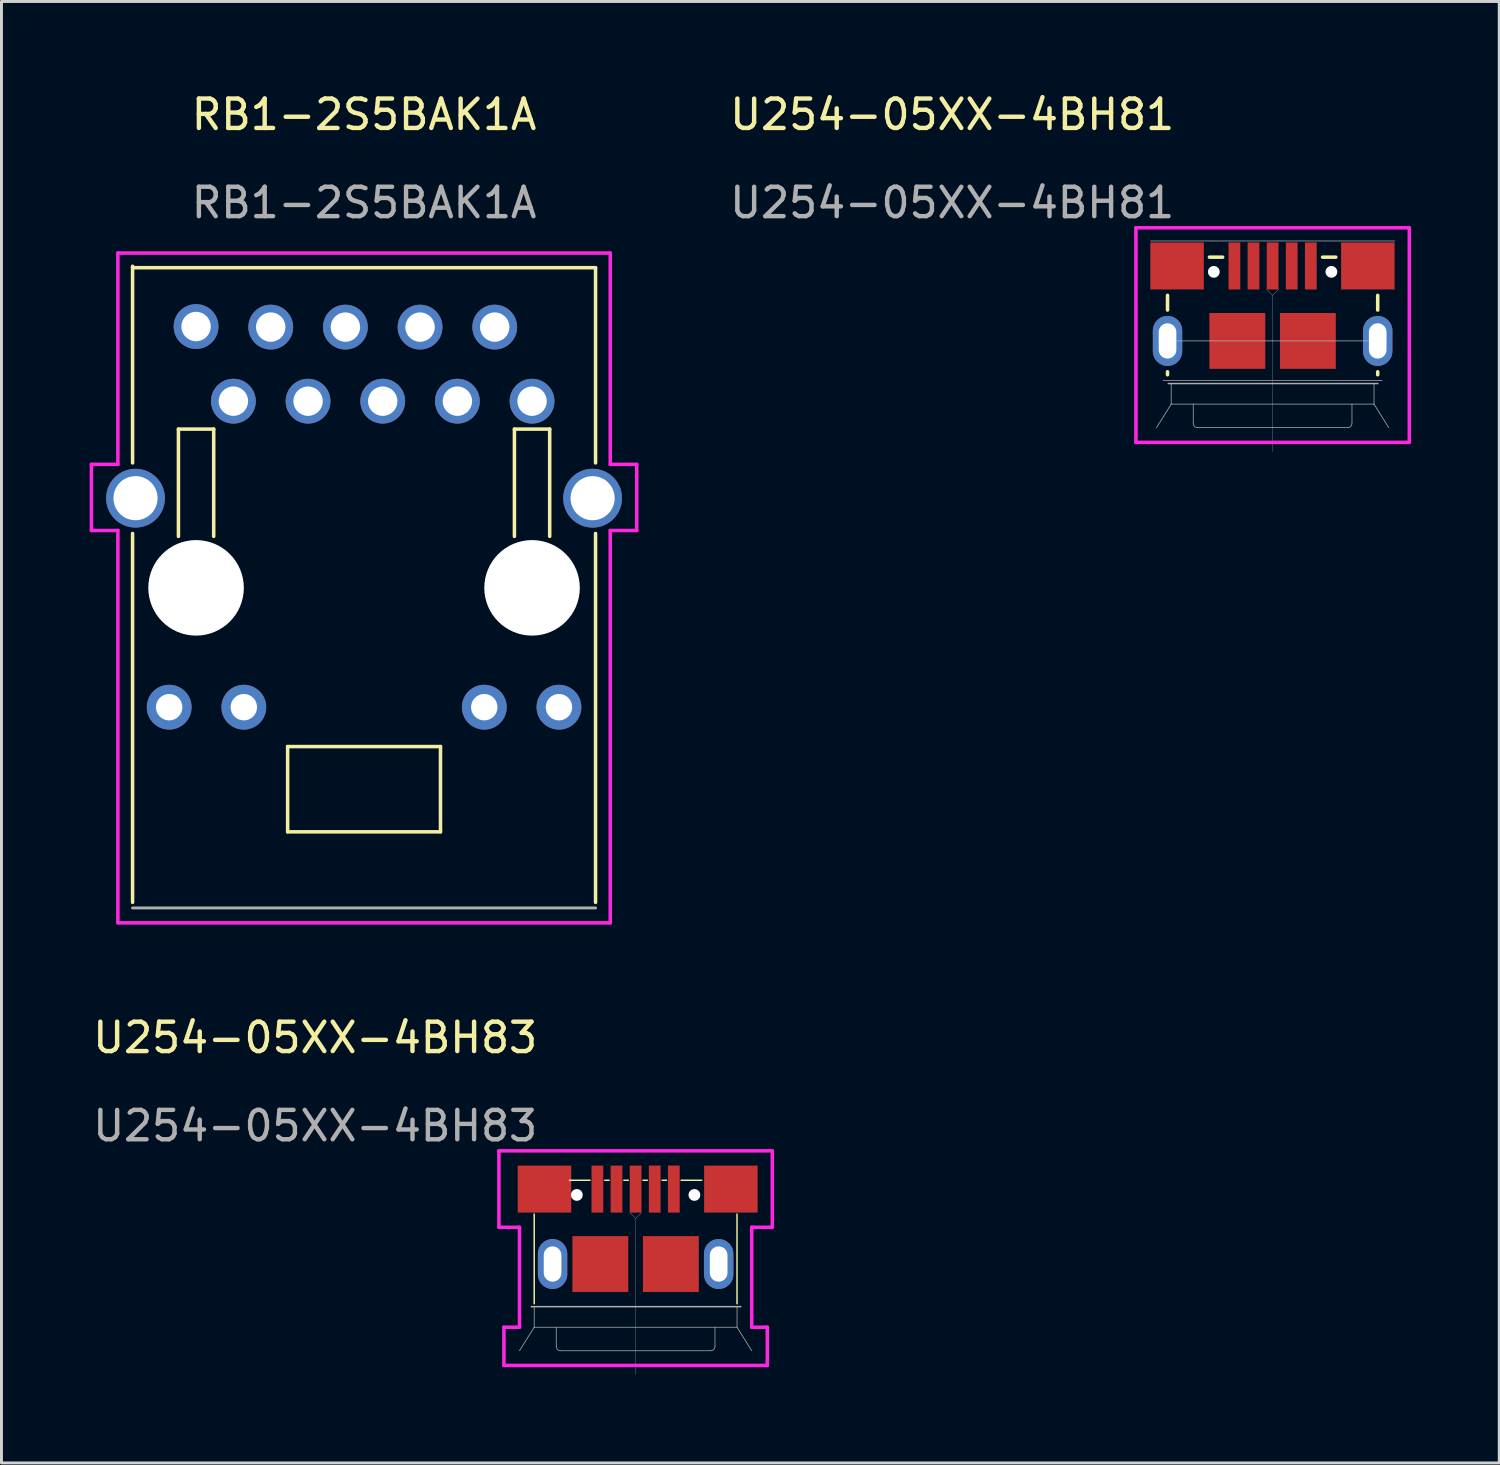
<source format=kicad_pcb>
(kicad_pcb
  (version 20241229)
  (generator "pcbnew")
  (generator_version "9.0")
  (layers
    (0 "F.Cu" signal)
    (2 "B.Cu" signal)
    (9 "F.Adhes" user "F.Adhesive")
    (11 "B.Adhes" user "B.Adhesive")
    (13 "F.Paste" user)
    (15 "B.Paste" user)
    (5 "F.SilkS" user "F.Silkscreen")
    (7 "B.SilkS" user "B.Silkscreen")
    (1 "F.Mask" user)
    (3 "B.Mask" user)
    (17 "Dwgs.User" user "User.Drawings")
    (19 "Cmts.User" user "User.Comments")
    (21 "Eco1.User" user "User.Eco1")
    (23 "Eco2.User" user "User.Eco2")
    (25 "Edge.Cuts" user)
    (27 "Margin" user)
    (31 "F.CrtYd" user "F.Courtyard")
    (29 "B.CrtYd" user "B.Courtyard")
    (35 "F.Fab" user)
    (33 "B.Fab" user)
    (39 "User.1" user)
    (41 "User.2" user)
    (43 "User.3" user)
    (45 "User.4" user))
  (footprint "U254-05XX-4BH83"
    (layer "F.Cu")
    (at 17.273 37.401)
    (property "Reference" "U254-05XX-4BH83" (at -9.6 -5.15 0) (unlocked yes) (layer "F.SilkS") (effects (font (size 1 1) (thickness 0.15))))
    (fp_line (start -2.15 3.9) (end -2.15 0.85) (stroke (width 0.05) (type solid)) (layer "F.SilkS"))
    (fp_line (start -0.95 -0.3) (end -0.25 -0.3) (stroke (width 0.05) (type solid)) (layer "F.SilkS"))
    (fp_line (start 0.25 -0.3) (end 0.4 -0.3) (stroke (width 0.05) (type solid)) (layer "F.SilkS"))
    (fp_line (start 0.9 -0.3) (end 1.05 -0.3) (stroke (width 0.05) (type solid)) (layer "F.SilkS"))
    (fp_line (start 1.55 -0.3) (end 1.7 -0.3) (stroke (width 0.05) (type solid)) (layer "F.SilkS"))
    (fp_line (start 2.2 -0.3) (end 2.35 -0.3) (stroke (width 0.05) (type solid)) (layer "F.SilkS"))
    (fp_line (start 2.85 -0.3) (end 3.55 -0.3) (stroke (width 0.05) (type solid)) (layer "F.SilkS"))
    (fp_line (start 4.75 3.9) (end 4.75 0.85) (stroke (width 0.05) (type solid)) (layer "F.SilkS"))
    (fp_line (start -1.465 2.16) (end -1.465 2.94) (stroke (width 0.01) (type solid)) (layer "Dwgs.User"))
    (fp_line (start 4.065 2.16) (end 4.065 2.94) (stroke (width 0.01) (type solid)) (layer "Dwgs.User"))
    (fp_line (start 4.185 2.16) (end 4.185 2.94) (stroke (width 0.01) (type solid)) (layer "Dwgs.User"))
    (fp_arc (start -1.585 2.16) (mid -1.525 2.1) (end -1.465 2.16) (stroke (width 0.01) (type solid)) (layer "Dwgs.User"))
    (fp_arc (start -1.465 2.94) (mid -1.525 3) (end -1.585 2.94) (stroke (width 0.01) (type solid)) (layer "Dwgs.User"))
    (fp_arc (start 4.065 2.16) (mid 4.125 2.1) (end 4.185 2.16) (stroke (width 0.01) (type solid)) (layer "Dwgs.User"))
    (fp_arc (start 4.185 2.94) (mid 4.125 3) (end 4.065 2.94) (stroke (width 0.01) (type solid)) (layer "Dwgs.User"))
    (fp_line (start -3.35 -1.3) (end 5.95 -1.3) (stroke (width 0.12) (type solid)) (layer "F.CrtYd"))
    (fp_line (start -3.35 1.3) (end -3.35 -1.3) (stroke (width 0.12) (type solid)) (layer "F.CrtYd"))
    (fp_line (start -3.18 4.7) (end -3.18 6) (stroke (width 0.12) (type solid)) (layer "F.CrtYd"))
    (fp_line (start -2.65 1.3) (end -3.35 1.3) (stroke (width 0.12) (type solid)) (layer "F.CrtYd"))
    (fp_line (start -2.65 1.3) (end -2.65 4.7) (stroke (width 0.12) (type solid)) (layer "F.CrtYd"))
    (fp_line (start -2.65 4.7) (end -3.18 4.7) (stroke (width 0.12) (type solid)) (layer "F.CrtYd"))
    (fp_line (start 5.25 1.3) (end 5.25 4.7) (stroke (width 0.12) (type solid)) (layer "F.CrtYd"))
    (fp_line (start 5.78 4.7) (end 5.25 4.7) (stroke (width 0.12) (type solid)) (layer "F.CrtYd"))
    (fp_line (start 5.78 4.7) (end 5.78 6) (stroke (width 0.12) (type solid)) (layer "F.CrtYd"))
    (fp_line (start 5.78 6) (end -3.18 6) (stroke (width 0.12) (type solid)) (layer "F.CrtYd"))
    (fp_line (start 5.95 -1.3) (end 5.95 1.3) (stroke (width 0.12) (type solid)) (layer "F.CrtYd"))
    (fp_line (start 5.95 1.3) (end 5.25 1.3) (stroke (width 0.12) (type solid)) (layer "F.CrtYd"))
    (fp_line (start -2.15 4.7) (end -2.65 5.5) (stroke (width 0.025) (type solid)) (layer "F.Fab"))
    (fp_line (start -2.15 4.7) (end -2.15 4) (stroke (width 0.025) (type solid)) (layer "F.Fab"))
    (fp_line (start -2.15 4.7) (end 4.75 4.7) (stroke (width 0.025) (type solid)) (layer "F.Fab"))
    (fp_line (start -1.525 2.1) (end -1.525 3) (stroke (width 0.15) (type solid)) (layer "F.Fab"))
    (fp_line (start -1.4 4.7) (end -1.4 5.35) (stroke (width 0.025) (type solid)) (layer "F.Fab"))
    (fp_line (start 1.1 0.8) (end 1.3 1) (stroke (width 0.01) (type solid)) (layer "F.Fab"))
    (fp_line (start 1.3 1) (end 1.3 6.31) (stroke (width 0.01) (type solid)) (layer "F.Fab"))
    (fp_line (start 1.5 0.8) (end 1.3 1) (stroke (width 0.01) (type solid)) (layer "F.Fab"))
    (fp_line (start 3.85 5.5) (end -1.25 5.5) (stroke (width 0.025) (type solid)) (layer "F.Fab"))
    (fp_line (start 4 4.7) (end 4 5.35) (stroke (width 0.025) (type solid)) (layer "F.Fab"))
    (fp_line (start 4.125 2.1) (end 4.125 3) (stroke (width 0.15) (type solid)) (layer "F.Fab"))
    (fp_line (start 4.75 4.7) (end 4.75 4) (stroke (width 0.025) (type solid)) (layer "F.Fab"))
    (fp_line (start 4.75 4.7) (end 5.25 5.5) (stroke (width 0.025) (type solid)) (layer "F.Fab"))
    (fp_line (start 4.88 4) (end -2.25 4) (stroke (width 0.05) (type solid)) (layer "F.Fab"))
    (fp_arc (start -1.25 5.5) (mid -1.356066 5.456065) (end -1.399999 5.349999) (stroke (width 0.025) (type solid)) (layer "F.Fab"))
    (fp_arc (start 4.000001 5.350001) (mid 3.956066 5.456067) (end 3.85 5.5) (stroke (width 0.025) (type solid)) (layer "F.Fab"))
    (fp_text user "${REFERENCE}" (at -9.6 -2.15 0) (unlocked yes) (layer "F.Fab") (effects (font (size 1 1) (thickness 0.15))))
    (pad "" np_thru_hole circle (at -0.7 0.2) (size 0.4 0.4) (drill 0.4) (layers "*.Cu" "*.Mask"))
    (pad "" np_thru_hole circle (at 3.3 0.2) (size 0.4 0.4) (drill 0.4) (layers "*.Cu" "*.Mask"))
    (pad "1" smd rect (at 0 0) (size 0.4 1.6) (layers "F.Cu" "F.Mask" "F.Paste"))
    (pad "2" smd rect (at 0.65 0) (size 0.4 1.6) (layers "F.Cu" "F.Mask" "F.Paste"))
    (pad "3" smd rect (at 1.3 0) (size 0.4 1.6) (layers "F.Cu" "F.Mask" "F.Paste"))
    (pad "4" smd rect (at 1.95 0) (size 0.4 1.6) (layers "F.Cu" "F.Mask" "F.Paste"))
    (pad "5" smd rect (at 2.6 0) (size 0.4 1.6) (layers "F.Cu" "F.Mask" "F.Paste"))
    (pad "6" smd rect (at -1.8 0) (size 1.82 1.6) (layers "F.Cu" "F.Mask" "F.Paste"))
    (pad "6" thru_hole oval (at -1.525 2.55) (size 1 1.7) (drill oval 0.6 1.2) (layers "*.Cu" "*.Mask"))
    (pad "6" smd rect (at 0.1 2.55) (size 1.9 1.9) (layers "F.Cu" "F.Mask" "F.Paste"))
    (pad "6" smd rect (at 2.5 2.55) (size 1.9 1.9) (layers "F.Cu" "F.Mask" "F.Paste"))
    (pad "6" thru_hole oval (at 4.125 2.55) (size 1 1.7) (drill oval 0.6 1.2) (layers "*.Cu" "*.Mask"))
    (pad "6" smd rect (at 4.54 0) (size 1.82 1.6) (layers "F.Cu" "F.Mask" "F.Paste"))
    (zone (net_name "") (layers "F.Cu" "B.Cu") (name "protrude") (hatch edge 0.508) (connect_pads) (min_thickness 0.254) (filled_areas_thickness no) (keepout (tracks not_allowed) (vias not_allowed) (pads not_allowed) (copperpour not_allowed) (footprints not_allowed)) (placement (enabled no)) (fill) (polygon (pts (xy 22.523 43.041) (xy 14.623 43.041) (xy 14.623 41.401) (xy 22.523 41.401)))))
  (footprint "U254-05XX-4BH81"
    (layer "F.Cu")
    (at 38.943 5.998)
    (property "Reference" "U254-05XX-4BH81" (at -9.6 -5.15 0) (unlocked yes) (layer "F.SilkS") (effects (font (size 1 1) (thickness 0.15))))
    (fp_line (start -2.275 1.5) (end -2.275 1) (stroke (width 0.12) (type solid)) (layer "F.SilkS"))
    (fp_line (start -2.275 3.7) (end -2.275 3.6) (stroke (width 0.12) (type solid)) (layer "F.SilkS"))
    (fp_line (start -0.85 -0.3) (end -0.4 -0.3) (stroke (width 0.12) (type solid)) (layer "F.SilkS"))
    (fp_line (start 3 -0.3) (end 3.45 -0.3) (stroke (width 0.12) (type solid)) (layer "F.SilkS"))
    (fp_line (start 4.875 1.5) (end 4.875 1) (stroke (width 0.12) (type solid)) (layer "F.SilkS"))
    (fp_line (start 4.875 3.7) (end 4.875 3.6) (stroke (width 0.12) (type solid)) (layer "F.SilkS"))
    (fp_line (start -3.35 -1.3) (end 5.95 -1.3) (stroke (width 0.12) (type solid)) (layer "F.CrtYd"))
    (fp_line (start -3.35 6) (end -3.35 -1.3) (stroke (width 0.12) (type solid)) (layer "F.CrtYd"))
    (fp_line (start 5.95 -1.3) (end 5.95 6) (stroke (width 0.12) (type solid)) (layer "F.CrtYd"))
    (fp_line (start 5.95 6) (end -3.35 6) (stroke (width 0.12) (type solid)) (layer "F.CrtYd"))
    (fp_line (start -2.85 -0.85) (end 5.45 -0.85) (stroke (width 0.025) (type solid)) (layer "F.Fab"))
    (fp_line (start -2.425 3.9) (end 5.025 3.9) (stroke (width 0.025) (type solid)) (layer "F.Fab"))
    (fp_line (start -2.275 2.1) (end -2.275 3) (stroke (width 0.15) (type solid)) (layer "F.Fab"))
    (fp_line (start -2.275 2.55) (end 1.3 2.55) (stroke (width 0.025) (type solid)) (layer "F.Fab"))
    (fp_line (start -2.15 4.7) (end -2.65 5.5) (stroke (width 0.025) (type solid)) (layer "F.Fab"))
    (fp_line (start -2.15 4.7) (end -2.15 4) (stroke (width 0.025) (type solid)) (layer "F.Fab"))
    (fp_line (start -2.15 4.7) (end 4.75 4.7) (stroke (width 0.025) (type solid)) (layer "F.Fab"))
    (fp_line (start -1.4 4.7) (end -1.4 5.35) (stroke (width 0.025) (type solid)) (layer "F.Fab"))
    (fp_line (start 1.1 0.8) (end 1.3 1) (stroke (width 0.01) (type solid)) (layer "F.Fab"))
    (fp_line (start 1.3 1) (end 1.3 6.31) (stroke (width 0.01) (type solid)) (layer "F.Fab"))
    (fp_line (start 1.3 2.55) (end 4.875 2.55) (stroke (width 0.025) (type solid)) (layer "F.Fab"))
    (fp_line (start 1.5 0.8) (end 1.3 1) (stroke (width 0.01) (type solid)) (layer "F.Fab"))
    (fp_line (start 3.85 5.5) (end -1.25 5.5) (stroke (width 0.025) (type solid)) (layer "F.Fab"))
    (fp_line (start 4 4.7) (end 4 5.35) (stroke (width 0.025) (type solid)) (layer "F.Fab"))
    (fp_line (start 4.75 4.7) (end 4.75 4) (stroke (width 0.025) (type solid)) (layer "F.Fab"))
    (fp_line (start 4.75 4.7) (end 5.25 5.5) (stroke (width 0.025) (type solid)) (layer "F.Fab"))
    (fp_line (start 4.875 2.1) (end 4.875 3) (stroke (width 0.15) (type solid)) (layer "F.Fab"))
    (fp_line (start 4.88 4) (end -2.25 4) (stroke (width 0.05) (type solid)) (layer "F.Fab"))
    (fp_arc (start -1.25 5.5) (mid -1.356066 5.456065) (end -1.399999 5.349999) (stroke (width 0.025) (type solid)) (layer "F.Fab"))
    (fp_arc (start 4.000001 5.350001) (mid 3.956066 5.456067) (end 3.85 5.5) (stroke (width 0.025) (type solid)) (layer "F.Fab"))
    (fp_text user "${REFERENCE}" (at -9.6 -2.15 0) (unlocked yes) (layer "F.Fab") (effects (font (size 1 1) (thickness 0.15))))
    (pad "" np_thru_hole circle (at -0.7 0.2) (size 0.4 0.4) (drill 0.4) (layers "*.Cu" "*.Mask"))
    (pad "" np_thru_hole circle (at 3.3 0.2) (size 0.4 0.4) (drill 0.4) (layers "*.Cu" "*.Mask"))
    (pad "1" smd rect (at 0 0) (size 0.4 1.6) (layers "F.Cu" "F.Mask" "F.Paste"))
    (pad "2" smd rect (at 0.65 0) (size 0.4 1.6) (layers "F.Cu" "F.Mask" "F.Paste"))
    (pad "3" smd rect (at 1.3 0) (size 0.4 1.6) (layers "F.Cu" "F.Mask" "F.Paste"))
    (pad "4" smd rect (at 1.95 0) (size 0.4 1.6) (layers "F.Cu" "F.Mask" "F.Paste"))
    (pad "5" smd rect (at 2.6 0) (size 0.4 1.6) (layers "F.Cu" "F.Mask" "F.Paste"))
    (pad "6" thru_hole oval (at -2.275 2.55) (size 1 1.7) (drill oval 0.6 1.2) (layers "*.Cu" "*.Mask"))
    (pad "6" smd rect (at -1.95 0) (size 1.82 1.6) (layers "F.Cu" "F.Mask" "F.Paste"))
    (pad "6" smd rect (at 0.1 2.55) (size 1.9 1.9) (layers "F.Cu" "F.Mask" "F.Paste"))
    (pad "6" smd rect (at 2.5 2.55) (size 1.9 1.9) (layers "F.Cu" "F.Mask" "F.Paste"))
    (pad "6" smd rect (at 4.54 0) (size 1.82 1.6) (layers "F.Cu" "F.Mask" "F.Paste"))
    (pad "6" thru_hole oval (at 4.875 2.55) (size 1 1.7) (drill oval 0.6 1.2) (layers "*.Cu" "*.Mask"))
    (zone (net_name "") (layers "F.Cu" "B.Cu") (name "protrude") (hatch edge 0.508) (connect_pads) (min_thickness 0.254) (filled_areas_thickness no) (keepout (tracks not_allowed) (vias not_allowed) (pads not_allowed) (copperpour not_allowed) (footprints not_allowed)) (placement (enabled no)) (fill) (polygon (pts (xy 44.193 11.638) (xy 36.293 11.638) (xy 36.293 9.998) (xy 44.193 9.998)))))
  (footprint "RB1-2S5BAK1A"
    (layer "F.Cu")
    (at 9.335 16.948)
    (property "Reference" "RB1-2S5BAK1A" (at 0 -16.1 0) (unlocked yes) (layer "F.SilkS") (effects (font (size 1 1) (thickness 0.15))))
    (fp_line (start -7.875 -10.89) (end 7.875 -10.89) (stroke (width 0.12) (type solid)) (layer "F.SilkS"))
    (fp_line (start -7.875 -4.25) (end -7.875 -10.94) (stroke (width 0.12) (type solid)) (layer "F.SilkS"))
    (fp_line (start -7.875 10.7) (end -7.875 -1.85) (stroke (width 0.12) (type solid)) (layer "F.SilkS"))
    (fp_line (start -6.315 -5.4) (end -5.115 -5.4) (stroke (width 0.12) (type solid)) (layer "F.SilkS"))
    (fp_line (start -6.315 -1.75) (end -6.315 -5.4) (stroke (width 0.12) (type solid)) (layer "F.SilkS"))
    (fp_line (start -5.115 -5.4) (end -5.115 -1.75) (stroke (width 0.12) (type solid)) (layer "F.SilkS"))
    (fp_line (start -2.6 5.4) (end 2.6 5.4) (stroke (width 0.12) (type solid)) (layer "F.SilkS"))
    (fp_line (start -2.6 8.3) (end -2.6 5.4) (stroke (width 0.12) (type solid)) (layer "F.SilkS"))
    (fp_line (start 2.6 5.4) (end 2.6 8.3) (stroke (width 0.12) (type solid)) (layer "F.SilkS"))
    (fp_line (start 2.6 8.3) (end -2.6 8.3) (stroke (width 0.12) (type solid)) (layer "F.SilkS"))
    (fp_line (start 5.115 -5.4) (end 6.315 -5.4) (stroke (width 0.12) (type solid)) (layer "F.SilkS"))
    (fp_line (start 5.115 -1.75) (end 5.115 -5.4) (stroke (width 0.12) (type solid)) (layer "F.SilkS"))
    (fp_line (start 6.315 -5.4) (end 6.315 -1.75) (stroke (width 0.12) (type solid)) (layer "F.SilkS"))
    (fp_line (start 7.875 -4.25) (end 7.875 -10.89) (stroke (width 0.12) (type solid)) (layer "F.SilkS"))
    (fp_line (start 7.875 10.7) (end 7.875 -1.85) (stroke (width 0.12) (type solid)) (layer "F.SilkS"))
    (fp_line (start -9.275 -4.2) (end -9.275 -1.95) (stroke (width 0.12) (type solid)) (layer "F.CrtYd"))
    (fp_line (start -9.275 -4.2) (end -8.375 -4.2) (stroke (width 0.12) (type solid)) (layer "F.CrtYd"))
    (fp_line (start -8.375 -4.2) (end -8.375 -11.39) (stroke (width 0.12) (type solid)) (layer "F.CrtYd"))
    (fp_line (start -8.375 -1.95) (end -9.275 -1.95) (stroke (width 0.12) (type solid)) (layer "F.CrtYd"))
    (fp_line (start -8.375 -1.95) (end -8.375 11.395) (stroke (width 0.12) (type solid)) (layer "F.CrtYd"))
    (fp_line (start -8.375 11.395) (end 8.375 11.395) (stroke (width 0.12) (type solid)) (layer "F.CrtYd"))
    (fp_line (start 8.375 -11.39) (end -8.375 -11.39) (stroke (width 0.12) (type solid)) (layer "F.CrtYd"))
    (fp_line (start 8.375 -4.2) (end 8.375 -11.39) (stroke (width 0.12) (type solid)) (layer "F.CrtYd"))
    (fp_line (start 8.375 -4.2) (end 9.275 -4.2) (stroke (width 0.12) (type solid)) (layer "F.CrtYd"))
    (fp_line (start 8.375 -1.95) (end 8.375 11.395) (stroke (width 0.12) (type solid)) (layer "F.CrtYd"))
    (fp_line (start 9.275 -4.2) (end 9.275 -1.95) (stroke (width 0.12) (type solid)) (layer "F.CrtYd"))
    (fp_line (start 9.275 -1.95) (end 8.375 -1.95) (stroke (width 0.12) (type solid)) (layer "F.CrtYd"))
    (fp_line (start -7.875 10.89) (end 7.875 10.89) (stroke (width 0.1) (type solid)) (layer "F.Fab"))
    (fp_text user "${REFERENCE}" (at 0 -13.1 0) (unlocked yes) (layer "F.Fab") (effects (font (size 1 1) (thickness 0.15))))
    (pad "" np_thru_hole circle (at -5.715 0) (size 3.25 3.25) (drill 3.25) (layers "*.Cu" "*.Mask"))
    (pad "" np_thru_hole circle (at 5.715 0) (size 3.25 3.25) (drill 3.25) (layers "*.Cu" "*.Mask"))
    (pad "L1" thru_hole circle (at 6.63 4.06) (size 1.524 1.524) (drill 0.9) (layers "*.Cu" "*.Mask"))
    (pad "L2" thru_hole circle (at 4.09 4.06) (size 1.524 1.524) (drill 0.9) (layers "*.Cu" "*.Mask"))
    (pad "L3" thru_hole circle (at -4.09 4.06) (size 1.524 1.524) (drill 0.9) (layers "*.Cu" "*.Mask"))
    (pad "L4" thru_hole circle (at -6.63 4.06) (size 1.524 1.524) (drill 0.9) (layers "*.Cu" "*.Mask"))
    (pad "R1" thru_hole circle (at -5.715 -8.89) (size 1.524 1.524) (drill 1) (layers "*.Cu" "*.Mask"))
    (pad "R2" thru_hole circle (at -4.445 -6.35) (size 1.524 1.524) (drill 1) (layers "*.Cu" "*.Mask"))
    (pad "R3" thru_hole circle (at -3.175 -8.87) (size 1.524 1.524) (drill 1) (layers "*.Cu" "*.Mask"))
    (pad "R4" thru_hole circle (at -1.905 -6.35) (size 1.524 1.524) (drill 1) (layers "*.Cu" "*.Mask"))
    (pad "R5" thru_hole circle (at -0.635 -8.87) (size 1.524 1.524) (drill 1) (layers "*.Cu" "*.Mask"))
    (pad "R6" thru_hole circle (at 0.635 -6.35) (size 1.524 1.524) (drill 1) (layers "*.Cu" "*.Mask"))
    (pad "R7" thru_hole circle (at 1.905 -8.87) (size 1.524 1.524) (drill 1) (layers "*.Cu" "*.Mask"))
    (pad "R8" thru_hole circle (at 3.175 -6.35) (size 1.524 1.524) (drill 1) (layers "*.Cu" "*.Mask"))
    (pad "R9" thru_hole circle (at 4.445 -8.87) (size 1.524 1.524) (drill 1) (layers "*.Cu" "*.Mask"))
    (pad "R10" thru_hole circle (at 5.715 -6.35) (size 1.524 1.524) (drill 1) (layers "*.Cu" "*.Mask"))
    (pad "SH" thru_hole circle (at -7.775 -3.05) (size 2 2) (drill 1.5) (layers "*.Cu" "*.Mask"))
    (pad "SH" thru_hole circle (at 7.775 -3.05) (size 2 2) (drill 1.5) (layers "*.Cu" "*.Mask"))
    (zone (net_name "") (layer "F.Cu") (hatch edge 0.508) (connect_pads) (min_thickness 0.254) (filled_areas_thickness no) (keepout (tracks not_allowed) (vias not_allowed) (pads not_allowed) (copperpour allowed) (footprints allowed)) (placement (enabled no)) (fill) (polygon (pts (xy 4.22 15.308) (xy 3.02 15.308) (xy 3.02 11.548) (xy 4.22 11.548))))
    (zone (net_name "") (layer "F.Cu") (hatch edge 0.508) (connect_pads) (min_thickness 0.254) (filled_areas_thickness no) (keepout (tracks not_allowed) (vias not_allowed) (pads not_allowed) (copperpour allowed) (footprints allowed)) (placement (enabled no)) (fill) (polygon (pts (xy 11.935 25.248) (xy 6.735 25.248) (xy 6.735 22.348) (xy 11.935 22.348))))
    (zone (net_name "") (layer "F.Cu") (hatch edge 0.508) (connect_pads) (min_thickness 0.254) (filled_areas_thickness no) (keepout (tracks not_allowed) (vias not_allowed) (pads not_allowed) (copperpour allowed) (footprints allowed)) (placement (enabled no)) (fill) (polygon (pts (xy 15.65 15.298) (xy 14.45 15.298) (xy 14.45 11.548) (xy 15.65 11.548)))))
  (gr_rect
    (start -3 -3)
    (end 47.953 46.717)
    (stroke (width 0.1) (type default))
    (fill no)
    (layer "Edge.Cuts")))
</source>
